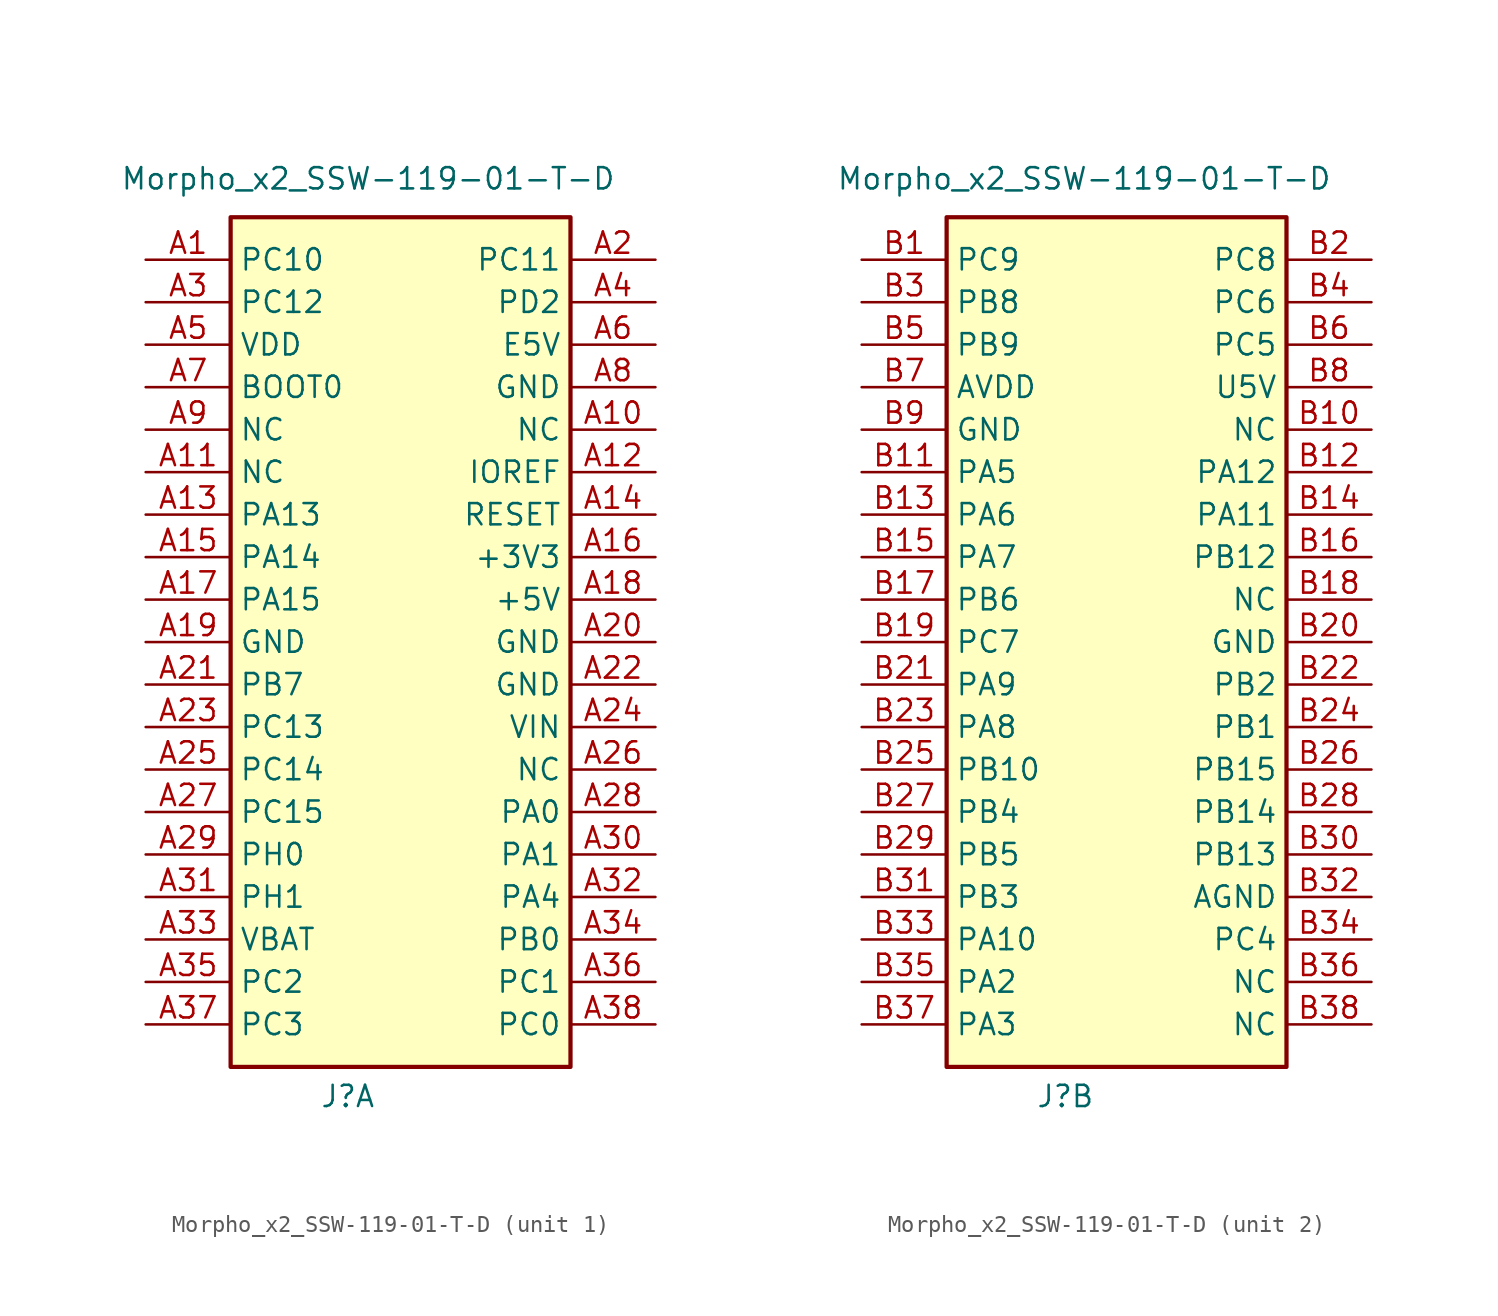
<source format=kicad_sym>
(kicad_symbol_lib
  (version 20241209)
  (generator "kicad_symbol_editor")
  (generator_version "9.0")
  (symbol "Morpho_x2_SSW-119-01-T-D"
    (property "Reference" "J"
      (at 10.414 -49.276 0)
      (effects (font (size 1.27 1.27)) (justify left top)))
    (property "Value" "Morpho_x2_SSW-119-01-T-D"
      (at -1.524 5.588 0)
      (effects (font (size 1.27 1.27)) (justify left top)))
    (property "ki_locked" ""
      (at 0 0 0)
      (effects (font (size 1.27 1.27))))
    (symbol "Morpho_x2_SSW-119-01-T-D_1_1"
      (rectangle (start 5.08 2.54) (end 25.4 -48.26) (stroke (width 0.254) (type default)) (fill (type background)))
      (pin passive line (at 0 0 0) (length 5.08) (name "PC10" (effects (font (size 1.27 1.27)))) (number "A1" (effects (font (size 1.27 1.27)))))
      (pin passive line (at 0 -2.54 0) (length 5.08) (name "PC12" (effects (font (size 1.27 1.27)))) (number "A3" (effects (font (size 1.27 1.27)))))
      (pin passive line (at 0 -5.08 0) (length 5.08) (name "VDD" (effects (font (size 1.27 1.27)))) (number "A5" (effects (font (size 1.27 1.27)))))
      (pin passive line (at 0 -7.62 0) (length 5.08) (name "BOOT0" (effects (font (size 1.27 1.27)))) (number "A7" (effects (font (size 1.27 1.27)))))
      (pin passive line (at 0 -10.16 0) (length 5.08) (name "NC" (effects (font (size 1.27 1.27)))) (number "A9" (effects (font (size 1.27 1.27)))))
      (pin passive line (at 0 -12.7 0) (length 5.08) (name "NC" (effects (font (size 1.27 1.27)))) (number "A11" (effects (font (size 1.27 1.27)))))
      (pin passive line (at 0 -15.24 0) (length 5.08) (name "PA13" (effects (font (size 1.27 1.27)))) (number "A13" (effects (font (size 1.27 1.27)))))
      (pin passive line (at 0 -17.78 0) (length 5.08) (name "PA14" (effects (font (size 1.27 1.27)))) (number "A15" (effects (font (size 1.27 1.27)))))
      (pin passive line (at 0 -20.32 0) (length 5.08) (name "PA15" (effects (font (size 1.27 1.27)))) (number "A17" (effects (font (size 1.27 1.27)))))
      (pin passive line (at 0 -22.86 0) (length 5.08) (name "GND" (effects (font (size 1.27 1.27)))) (number "A19" (effects (font (size 1.27 1.27)))))
      (pin passive line (at 0 -25.4 0) (length 5.08) (name "PB7" (effects (font (size 1.27 1.27)))) (number "A21" (effects (font (size 1.27 1.27)))))
      (pin passive line (at 0 -27.94 0) (length 5.08) (name "PC13" (effects (font (size 1.27 1.27)))) (number "A23" (effects (font (size 1.27 1.27)))))
      (pin passive line (at 0 -30.48 0) (length 5.08) (name "PC14" (effects (font (size 1.27 1.27)))) (number "A25" (effects (font (size 1.27 1.27)))))
      (pin passive line (at 0 -33.02 0) (length 5.08) (name "PC15" (effects (font (size 1.27 1.27)))) (number "A27" (effects (font (size 1.27 1.27)))))
      (pin passive line (at 0 -35.56 0) (length 5.08) (name "PH0" (effects (font (size 1.27 1.27)))) (number "A29" (effects (font (size 1.27 1.27)))))
      (pin passive line (at 0 -38.1 0) (length 5.08) (name "PH1" (effects (font (size 1.27 1.27)))) (number "A31" (effects (font (size 1.27 1.27)))))
      (pin passive line (at 0 -40.64 0) (length 5.08) (name "VBAT" (effects (font (size 1.27 1.27)))) (number "A33" (effects (font (size 1.27 1.27)))))
      (pin passive line (at 0 -43.18 0) (length 5.08) (name "PC2" (effects (font (size 1.27 1.27)))) (number "A35" (effects (font (size 1.27 1.27)))))
      (pin passive line (at 0 -45.72 0) (length 5.08) (name "PC3" (effects (font (size 1.27 1.27)))) (number "A37" (effects (font (size 1.27 1.27)))))
      (pin passive line (at 30.48 0 180) (length 5.08) (name "PC11" (effects (font (size 1.27 1.27)))) (number "A2" (effects (font (size 1.27 1.27)))))
      (pin passive line (at 30.48 -2.54 180) (length 5.08) (name "PD2" (effects (font (size 1.27 1.27)))) (number "A4" (effects (font (size 1.27 1.27)))))
      (pin passive line (at 30.48 -5.08 180) (length 5.08) (name "E5V" (effects (font (size 1.27 1.27)))) (number "A6" (effects (font (size 1.27 1.27)))))
      (pin passive line (at 30.48 -7.62 180) (length 5.08) (name "GND" (effects (font (size 1.27 1.27)))) (number "A8" (effects (font (size 1.27 1.27)))))
      (pin passive line (at 30.48 -10.16 180) (length 5.08) (name "NC" (effects (font (size 1.27 1.27)))) (number "A10" (effects (font (size 1.27 1.27)))))
      (pin passive line (at 30.48 -12.7 180) (length 5.08) (name "IOREF" (effects (font (size 1.27 1.27)))) (number "A12" (effects (font (size 1.27 1.27)))))
      (pin passive line (at 30.48 -15.24 180) (length 5.08) (name "RESET" (effects (font (size 1.27 1.27)))) (number "A14" (effects (font (size 1.27 1.27)))))
      (pin passive line (at 30.48 -17.78 180) (length 5.08) (name "+3V3" (effects (font (size 1.27 1.27)))) (number "A16" (effects (font (size 1.27 1.27)))))
      (pin passive line (at 30.48 -20.32 180) (length 5.08) (name "+5V" (effects (font (size 1.27 1.27)))) (number "A18" (effects (font (size 1.27 1.27)))))
      (pin passive line (at 30.48 -22.86 180) (length 5.08) (name "GND" (effects (font (size 1.27 1.27)))) (number "A20" (effects (font (size 1.27 1.27)))))
      (pin passive line (at 30.48 -25.4 180) (length 5.08) (name "GND" (effects (font (size 1.27 1.27)))) (number "A22" (effects (font (size 1.27 1.27)))))
      (pin passive line (at 30.48 -27.94 180) (length 5.08) (name "VIN" (effects (font (size 1.27 1.27)))) (number "A24" (effects (font (size 1.27 1.27)))))
      (pin passive line (at 30.48 -30.48 180) (length 5.08) (name "NC" (effects (font (size 1.27 1.27)))) (number "A26" (effects (font (size 1.27 1.27)))))
      (pin passive line (at 30.48 -33.02 180) (length 5.08) (name "PA0" (effects (font (size 1.27 1.27)))) (number "A28" (effects (font (size 1.27 1.27)))))
      (pin passive line (at 30.48 -35.56 180) (length 5.08) (name "PA1" (effects (font (size 1.27 1.27)))) (number "A30" (effects (font (size 1.27 1.27)))))
      (pin passive line (at 30.48 -38.1 180) (length 5.08) (name "PA4" (effects (font (size 1.27 1.27)))) (number "A32" (effects (font (size 1.27 1.27)))))
      (pin passive line (at 30.48 -40.64 180) (length 5.08) (name "PB0" (effects (font (size 1.27 1.27)))) (number "A34" (effects (font (size 1.27 1.27)))))
      (pin passive line (at 30.48 -43.18 180) (length 5.08) (name "PC1" (effects (font (size 1.27 1.27)))) (number "A36" (effects (font (size 1.27 1.27)))))
      (pin passive line (at 30.48 -45.72 180) (length 5.08) (name "PC0" (effects (font (size 1.27 1.27)))) (number "A38" (effects (font (size 1.27 1.27))))))
    (symbol "Morpho_x2_SSW-119-01-T-D_2_1"
      (rectangle (start 5.08 2.54) (end 25.4 -48.26) (stroke (width 0.254) (type default)) (fill (type background)))
      (pin passive line (at 0 0 0) (length 5.08) (name "PC9" (effects (font (size 1.27 1.27)))) (number "B1" (effects (font (size 1.27 1.27)))))
      (pin passive line (at 0 -2.54 0) (length 5.08) (name "PB8" (effects (font (size 1.27 1.27)))) (number "B3" (effects (font (size 1.27 1.27)))))
      (pin passive line (at 0 -5.08 0) (length 5.08) (name "PB9" (effects (font (size 1.27 1.27)))) (number "B5" (effects (font (size 1.27 1.27)))))
      (pin passive line (at 0 -7.62 0) (length 5.08) (name "AVDD" (effects (font (size 1.27 1.27)))) (number "B7" (effects (font (size 1.27 1.27)))))
      (pin passive line (at 0 -10.16 0) (length 5.08) (name "GND" (effects (font (size 1.27 1.27)))) (number "B9" (effects (font (size 1.27 1.27)))))
      (pin passive line (at 0 -12.7 0) (length 5.08) (name "PA5" (effects (font (size 1.27 1.27)))) (number "B11" (effects (font (size 1.27 1.27)))))
      (pin passive line (at 0 -15.24 0) (length 5.08) (name "PA6" (effects (font (size 1.27 1.27)))) (number "B13" (effects (font (size 1.27 1.27)))))
      (pin passive line (at 0 -17.78 0) (length 5.08) (name "PA7" (effects (font (size 1.27 1.27)))) (number "B15" (effects (font (size 1.27 1.27)))))
      (pin passive line (at 0 -20.32 0) (length 5.08) (name "PB6" (effects (font (size 1.27 1.27)))) (number "B17" (effects (font (size 1.27 1.27)))))
      (pin passive line (at 0 -22.86 0) (length 5.08) (name "PC7" (effects (font (size 1.27 1.27)))) (number "B19" (effects (font (size 1.27 1.27)))))
      (pin passive line (at 0 -25.4 0) (length 5.08) (name "PA9" (effects (font (size 1.27 1.27)))) (number "B21" (effects (font (size 1.27 1.27)))))
      (pin passive line (at 0 -27.94 0) (length 5.08) (name "PA8" (effects (font (size 1.27 1.27)))) (number "B23" (effects (font (size 1.27 1.27)))))
      (pin passive line (at 0 -30.48 0) (length 5.08) (name "PB10" (effects (font (size 1.27 1.27)))) (number "B25" (effects (font (size 1.27 1.27)))))
      (pin passive line (at 0 -33.02 0) (length 5.08) (name "PB4" (effects (font (size 1.27 1.27)))) (number "B27" (effects (font (size 1.27 1.27)))))
      (pin passive line (at 0 -35.56 0) (length 5.08) (name "PB5" (effects (font (size 1.27 1.27)))) (number "B29" (effects (font (size 1.27 1.27)))))
      (pin passive line (at 0 -38.1 0) (length 5.08) (name "PB3" (effects (font (size 1.27 1.27)))) (number "B31" (effects (font (size 1.27 1.27)))))
      (pin passive line (at 0 -40.64 0) (length 5.08) (name "PA10" (effects (font (size 1.27 1.27)))) (number "B33" (effects (font (size 1.27 1.27)))))
      (pin passive line (at 0 -43.18 0) (length 5.08) (name "PA2" (effects (font (size 1.27 1.27)))) (number "B35" (effects (font (size 1.27 1.27)))))
      (pin passive line (at 0 -45.72 0) (length 5.08) (name "PA3" (effects (font (size 1.27 1.27)))) (number "B37" (effects (font (size 1.27 1.27)))))
      (pin passive line (at 30.48 0 180) (length 5.08) (name "PC8" (effects (font (size 1.27 1.27)))) (number "B2" (effects (font (size 1.27 1.27)))))
      (pin passive line (at 30.48 -2.54 180) (length 5.08) (name "PC6" (effects (font (size 1.27 1.27)))) (number "B4" (effects (font (size 1.27 1.27)))))
      (pin passive line (at 30.48 -5.08 180) (length 5.08) (name "PC5" (effects (font (size 1.27 1.27)))) (number "B6" (effects (font (size 1.27 1.27)))))
      (pin passive line (at 30.48 -7.62 180) (length 5.08) (name "U5V" (effects (font (size 1.27 1.27)))) (number "B8" (effects (font (size 1.27 1.27)))))
      (pin passive line (at 30.48 -10.16 180) (length 5.08) (name "NC" (effects (font (size 1.27 1.27)))) (number "B10" (effects (font (size 1.27 1.27)))))
      (pin passive line (at 30.48 -12.7 180) (length 5.08) (name "PA12" (effects (font (size 1.27 1.27)))) (number "B12" (effects (font (size 1.27 1.27)))))
      (pin passive line (at 30.48 -15.24 180) (length 5.08) (name "PA11" (effects (font (size 1.27 1.27)))) (number "B14" (effects (font (size 1.27 1.27)))))
      (pin passive line (at 30.48 -17.78 180) (length 5.08) (name "PB12" (effects (font (size 1.27 1.27)))) (number "B16" (effects (font (size 1.27 1.27)))))
      (pin passive line (at 30.48 -20.32 180) (length 5.08) (name "NC" (effects (font (size 1.27 1.27)))) (number "B18" (effects (font (size 1.27 1.27)))))
      (pin passive line (at 30.48 -22.86 180) (length 5.08) (name "GND" (effects (font (size 1.27 1.27)))) (number "B20" (effects (font (size 1.27 1.27)))))
      (pin passive line (at 30.48 -25.4 180) (length 5.08) (name "PB2" (effects (font (size 1.27 1.27)))) (number "B22" (effects (font (size 1.27 1.27)))))
      (pin passive line (at 30.48 -27.94 180) (length 5.08) (name "PB1" (effects (font (size 1.27 1.27)))) (number "B24" (effects (font (size 1.27 1.27)))))
      (pin passive line (at 30.48 -30.48 180) (length 5.08) (name "PB15" (effects (font (size 1.27 1.27)))) (number "B26" (effects (font (size 1.27 1.27)))))
      (pin passive line (at 30.48 -33.02 180) (length 5.08) (name "PB14" (effects (font (size 1.27 1.27)))) (number "B28" (effects (font (size 1.27 1.27)))))
      (pin passive line (at 30.48 -35.56 180) (length 5.08) (name "PB13" (effects (font (size 1.27 1.27)))) (number "B30" (effects (font (size 1.27 1.27)))))
      (pin passive line (at 30.48 -38.1 180) (length 5.08) (name "AGND" (effects (font (size 1.27 1.27)))) (number "B32" (effects (font (size 1.27 1.27)))))
      (pin passive line (at 30.48 -40.64 180) (length 5.08) (name "PC4" (effects (font (size 1.27 1.27)))) (number "B34" (effects (font (size 1.27 1.27)))))
      (pin passive line (at 30.48 -43.18 180) (length 5.08) (name "NC" (effects (font (size 1.27 1.27)))) (number "B36" (effects (font (size 1.27 1.27)))))
      (pin passive line (at 30.48 -45.72 180) (length 5.08) (name "NC" (effects (font (size 1.27 1.27)))) (number "B38" (effects (font (size 1.27 1.27))))))))
</source>
